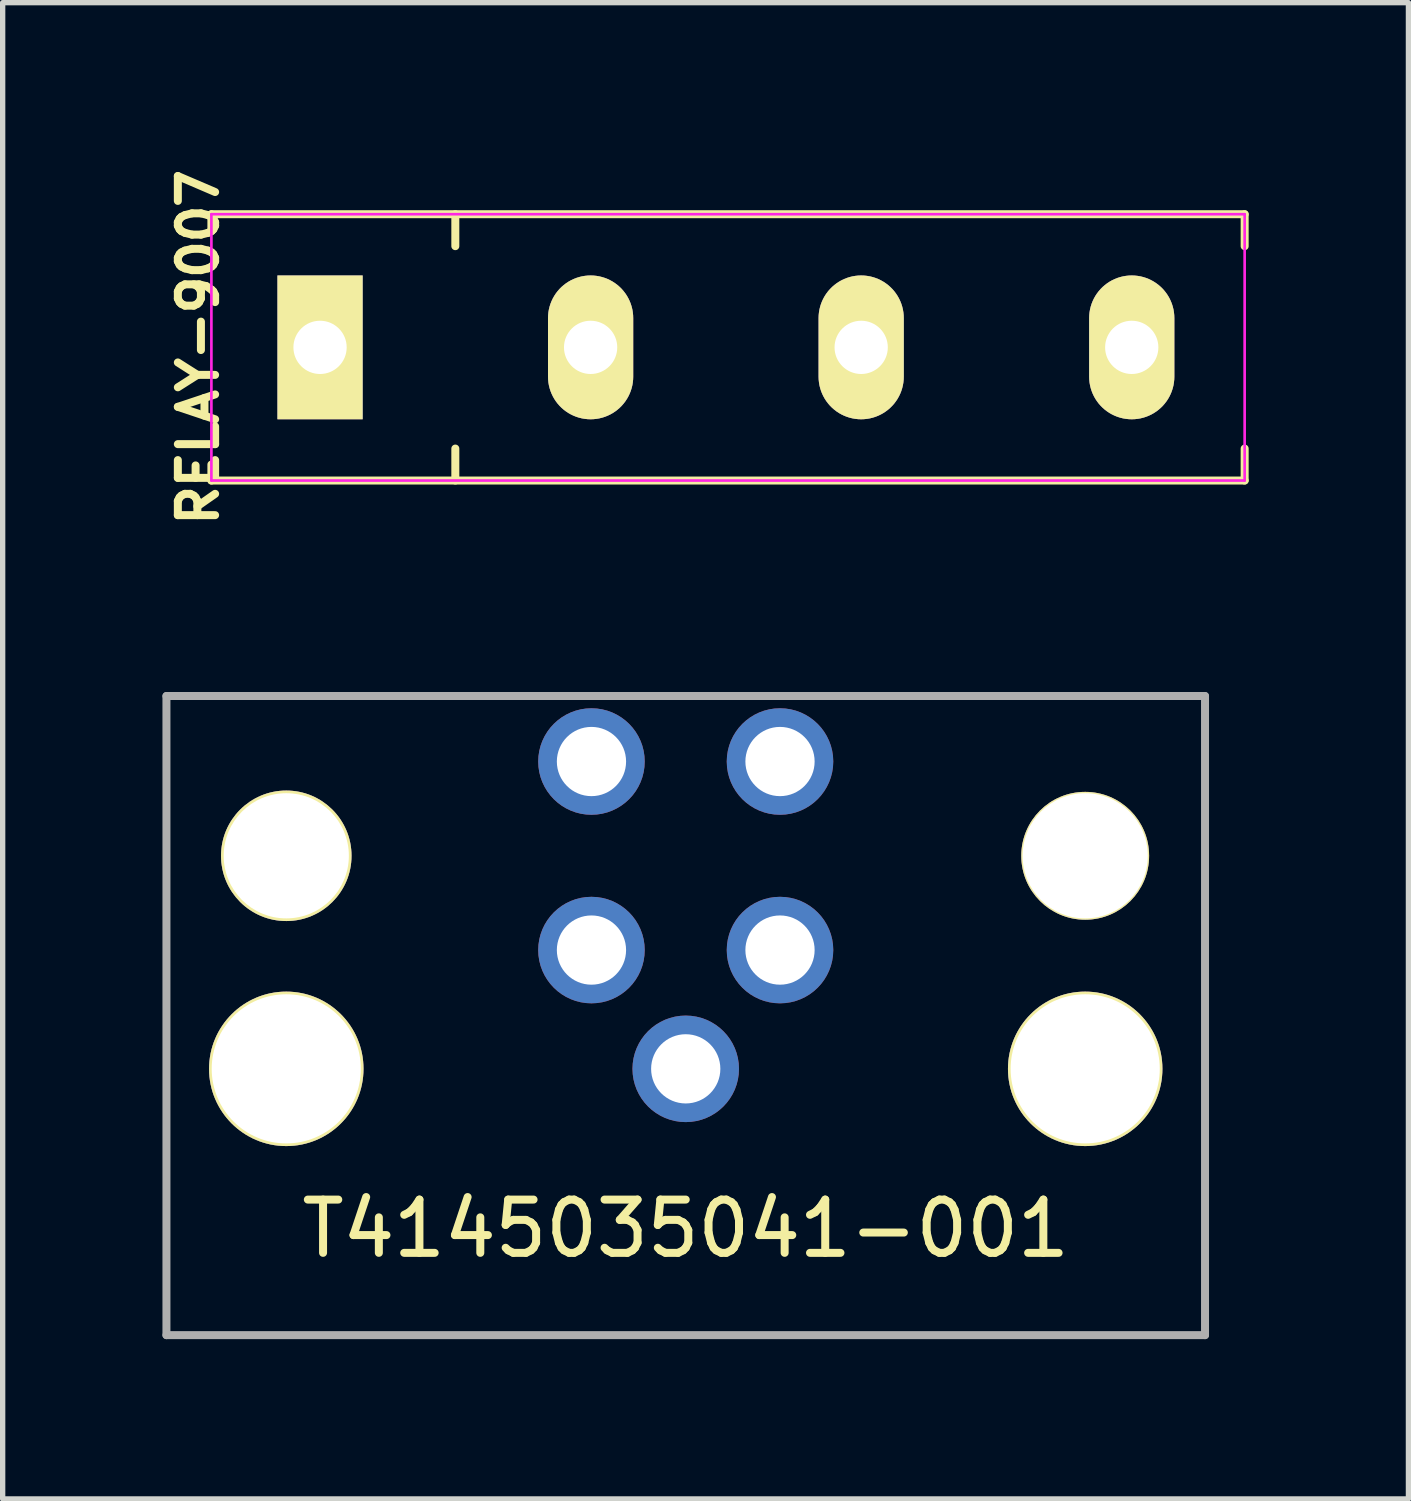
<source format=kicad_pcb>
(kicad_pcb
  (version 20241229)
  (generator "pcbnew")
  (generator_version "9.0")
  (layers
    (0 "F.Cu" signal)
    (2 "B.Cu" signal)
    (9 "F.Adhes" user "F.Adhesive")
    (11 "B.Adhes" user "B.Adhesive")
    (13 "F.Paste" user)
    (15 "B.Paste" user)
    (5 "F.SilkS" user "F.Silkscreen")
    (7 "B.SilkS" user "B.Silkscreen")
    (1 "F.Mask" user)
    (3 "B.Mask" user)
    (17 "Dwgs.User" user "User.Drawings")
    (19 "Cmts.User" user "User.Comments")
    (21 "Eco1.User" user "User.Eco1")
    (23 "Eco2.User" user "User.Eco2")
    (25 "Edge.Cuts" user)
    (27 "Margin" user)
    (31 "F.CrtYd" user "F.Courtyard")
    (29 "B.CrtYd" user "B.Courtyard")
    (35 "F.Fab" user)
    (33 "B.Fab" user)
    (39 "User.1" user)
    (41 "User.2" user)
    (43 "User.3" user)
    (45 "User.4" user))
  (footprint "RELAY-9007"
    (layer "F.Cu")
    (at 13.119 3.472)
    (property "Reference" "RELAY-9007" (at -12.446 0 90) (layer "F.SilkS") (effects (font (size 0.7 0.7) (thickness 0.15))))
    (attr through_hole)
    (fp_line (start -12.2 -2.5) (end -12.2 -2.2) (stroke (width 0.15) (type solid)) (layer "F.SilkS"))
    (fp_line (start -12.2 -2.5) (end 7.2 -2.5) (stroke (width 0.15) (type solid)) (layer "F.SilkS"))
    (fp_line (start -12.2 2.5) (end -12.2 2.2) (stroke (width 0.15) (type solid)) (layer "F.SilkS"))
    (fp_line (start -7.62 -2.5) (end -7.62 -1.9) (stroke (width 0.15) (type solid)) (layer "F.SilkS"))
    (fp_line (start -7.62 2.5) (end -7.62 1.9) (stroke (width 0.15) (type solid)) (layer "F.SilkS"))
    (fp_line (start 7.2 -2.5) (end 7.2 -1.9) (stroke (width 0.15) (type solid)) (layer "F.SilkS"))
    (fp_line (start 7.2 2.5) (end -12.2 2.5) (stroke (width 0.15) (type solid)) (layer "F.SilkS"))
    (fp_line (start 7.2 2.5) (end 7.2 1.9) (stroke (width 0.15) (type solid)) (layer "F.SilkS"))
    (fp_line (start -12.2 2.5) (end -12.2 -2.5) (stroke (width 0.05) (type solid)) (layer "F.CrtYd"))
    (fp_line (start 7.2 -2.5) (end -12.2 -2.5) (stroke (width 0.05) (type solid)) (layer "F.CrtYd"))
    (fp_line (start 7.2 -2.5) (end 7.2 2.5) (stroke (width 0.05) (type solid)) (layer "F.CrtYd"))
    (fp_line (start 7.2 2.5) (end -12.2 2.5) (stroke (width 0.05) (type solid)) (layer "F.CrtYd"))
    (pad "1" thru_hole rect (at -10.16 0 90) (size 2.7 1.6) (drill 1) (layers "*.Cu" "*.Mask" "F.SilkS"))
    (pad "2" thru_hole oval (at -5.08 0 90) (size 2.7 1.6) (drill 1) (layers "*.Cu" "*.Mask" "F.SilkS"))
    (pad "3" thru_hole oval (at 0 0 90) (size 2.7 1.6) (drill 1) (layers "*.Cu" "*.Mask" "F.SilkS"))
    (pad "4" thru_hole oval (at 5.08 0 90) (size 2.7 1.6) (drill 1) (layers "*.Cu" "*.Mask" "F.SilkS")))
  (footprint "T4145035041-001"
    (layer "F.Cu")
    (at 9.825 13.018)
    (property "Reference" "T4145035041-001" (at 0 7 0) (layer "F.SilkS") (effects (font (size 1 1) (thickness 0.15))))
    (attr through_hole)
    (fp_line (start -9.75 -3) (end -9.75 9) (stroke (width 0.15) (type solid)) (layer "F.Fab"))
    (fp_line (start -9.75 -3) (end 9.75 -3) (stroke (width 0.15) (type solid)) (layer "F.Fab"))
    (fp_line (start -9.75 9) (end 9.75 9) (stroke (width 0.15) (type solid)) (layer "F.Fab"))
    (fp_line (start 9.75 -3) (end 9.75 9) (stroke (width 0.15) (type solid)) (layer "F.Fab"))
    (pad "" np_thru_hole circle (at -7.5 0) (size 2.45 2.45) (drill 2.35) (layers "*.Cu" "*.Mask" "F.SilkS"))
    (pad "" np_thru_hole circle (at -7.5 4) (size 2.9 2.9) (drill 2.8) (layers "*.Cu" "*.Mask" "F.SilkS"))
    (pad "" np_thru_hole circle (at 7.5 0) (size 2.4 2.4) (drill 2.35) (layers "*.Cu" "*.Mask" "F.SilkS"))
    (pad "" np_thru_hole circle (at 7.5 4) (size 2.9 2.9) (drill 2.8) (layers "*.Cu" "*.Mask" "F.SilkS"))
    (pad "1" thru_hole circle (at -1.77 -1.77) (size 2 2) (drill 1.3) (layers "*.Cu" "*.Mask"))
    (pad "2" thru_hole circle (at 1.77 -1.77) (size 2 2) (drill 1.3) (layers "*.Cu" "*.Mask"))
    (pad "3" thru_hole circle (at 1.77 1.77) (size 2 2) (drill 1.3) (layers "*.Cu" "*.Mask"))
    (pad "4" thru_hole circle (at -1.77 1.77) (size 2 2) (drill 1.3) (layers "*.Cu" "*.Mask"))
    (pad "5" thru_hole circle (at 0 4) (size 2 2) (drill 1.3) (layers "*.Cu" "*.Mask")))
  (gr_rect
    (start -3 -3)
    (end 23.394 25.093)
    (stroke (width 0.1) (type default))
    (fill no)
    (layer "Edge.Cuts")))
</source>
